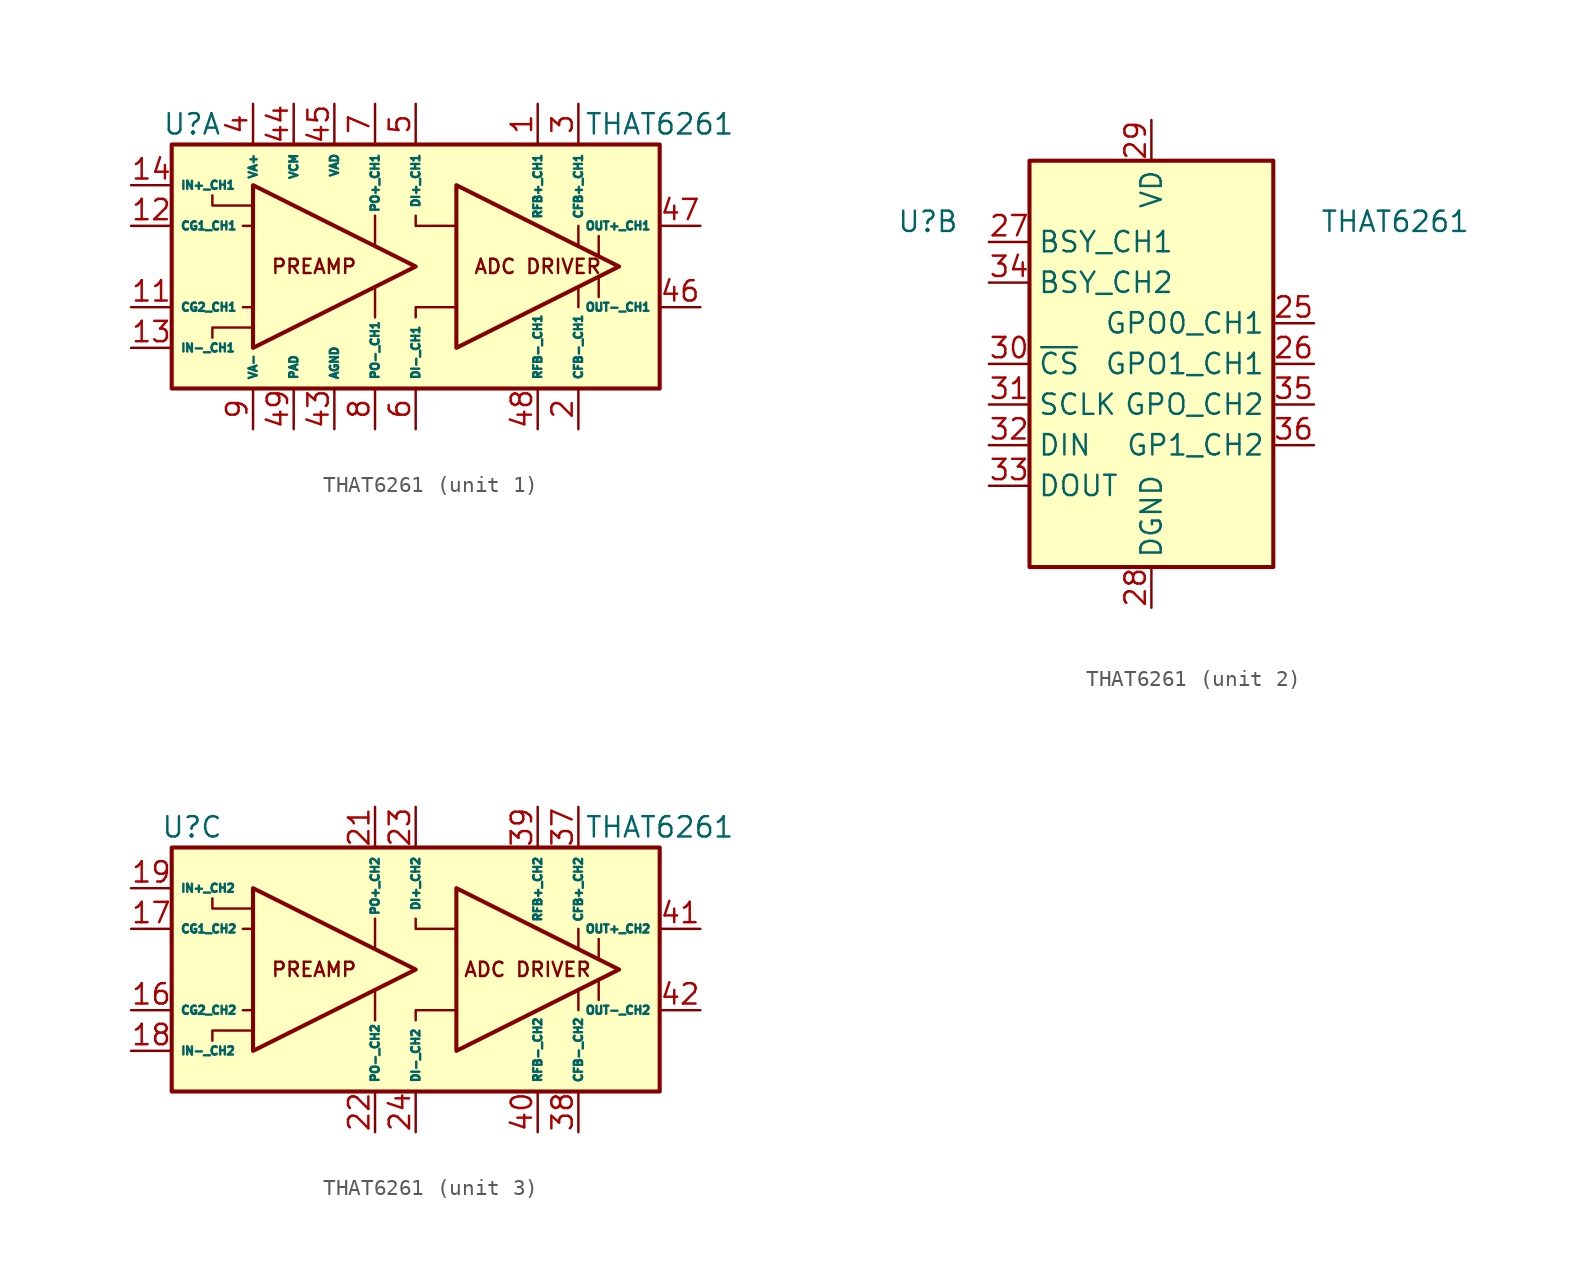
<source format=kicad_sym>
(kicad_symbol_lib
  (version 20231120)
  (generator "kicad_symbol_editor")
  (generator_version "8.0")
  (symbol "THAT6261"
    (property "Reference" "U"
      (at -13.97 8.89 0)
      (effects (font (size 1.27 1.27))))
    (property "Value" "THAT6261"
      (at 15.24 8.89 0)
      (effects (font (size 1.27 1.27))))
    (property "ki_locked" ""
      (at 0 0 0)
      (effects (font (size 1.27 1.27))))
    (symbol "THAT6261_1_0"
      (polyline (pts (xy -10.795 -2.54) (xy -10.16 -2.54)) (stroke (width 0) (type solid)) (fill (type none)))
      (polyline (pts (xy -10.795 2.54) (xy -10.16 2.54)) (stroke (width 0) (type solid)) (fill (type none)))
      (polyline (pts (xy -2.54 -3.175) (xy -2.54 -1.27)) (stroke (width 0) (type solid)) (fill (type none)))
      (polyline (pts (xy -2.54 3.175) (xy -2.54 1.27)) (stroke (width 0) (type solid)) (fill (type none)))
      (polyline (pts (xy 10.16 -1.27) (xy 10.16 -2.54)) (stroke (width 0) (type solid)) (fill (type none)))
      (polyline (pts (xy 10.16 2.54) (xy 10.16 1.27)) (stroke (width 0) (type solid)) (fill (type none)))
      (polyline (pts (xy 11.43 -1.905) (xy 11.43 -0.635)) (stroke (width 0) (type solid)) (fill (type none)))
      (polyline (pts (xy 11.43 0.635) (xy 11.43 1.905)) (stroke (width 0) (type solid)) (fill (type none)))
      (polyline (pts (xy -12.7 -4.445) (xy -12.7 -3.81) (xy -10.16 -3.81)) (stroke (width 0) (type solid)) (fill (type none)))
      (polyline (pts (xy 0 -3.175) (xy 0 -2.54) (xy 2.54 -2.54)) (stroke (width 0) (type solid)) (fill (type none)))
      (polyline (pts (xy 0 3.175) (xy 0 2.54) (xy 2.54 2.54)) (stroke (width 0) (type solid)) (fill (type none)))
      (polyline (pts (xy -12.7 4.445) (xy -12.7 3.81) (xy -10.795 3.81) (xy -10.16 3.81)) (stroke (width 0) (type solid)) (fill (type none)))
      (text "ADC DRIVER" (at 7.62 0 0) (effects (font (size 0.889 0.889))))
      (text "PREAMP" (at -6.35 0 0) (effects (font (size 0.889 0.889)))))
    (symbol "THAT6261_1_1"
      (rectangle (start -15.24 7.62) (end 15.24 -7.62) (stroke (width 0.254) (type solid)) (fill (type background)))
      (polyline (pts (xy 0 0) (xy -10.16 5.08) (xy -10.16 -5.08) (xy 0 0)) (stroke (width 0.254) (type solid)) (fill (type background)))
      (polyline (pts (xy 2.54 -5.08) (xy 2.54 5.08) (xy 12.7 0) (xy 2.54 -5.08)) (stroke (width 0.254) (type solid)) (fill (type background)))
      (pin passive line (at 7.62 10.16 270) (length 2.54) (name "RFB+_CH1" (effects (font (size 0.508 0.508)))) (number "1" (effects (font (size 1.27 1.27)))))
      (pin passive line (at -10.16 10.16 270) (length 2.54) hide (name "VA+" (effects (font (size 0.508 0.508)))) (number "10" (effects (font (size 1.27 1.27)))))
      (pin passive line (at -17.78 -2.54 0) (length 2.54) (name "CG2_CH1" (effects (font (size 0.508 0.508)))) (number "11" (effects (font (size 1.27 1.27)))))
      (pin passive line (at -17.78 2.54 0) (length 2.54) (name "CG1_CH1" (effects (font (size 0.508 0.508)))) (number "12" (effects (font (size 1.27 1.27)))))
      (pin input line (at -17.78 -5.08 0) (length 2.54) (name "IN-_CH1" (effects (font (size 0.508 0.508)))) (number "13" (effects (font (size 1.27 1.27)))))
      (pin input line (at -17.78 5.08 0) (length 2.54) (name "IN+_CH1" (effects (font (size 0.508 0.508)))) (number "14" (effects (font (size 1.27 1.27)))))
      (pin passive line (at -10.16 -10.16 90) (length 2.54) hide (name "VA-" (effects (font (size 0.508 0.508)))) (number "15" (effects (font (size 1.27 1.27)))))
      (pin passive line (at 10.16 -10.16 90) (length 2.54) (name "CFB-_CH1" (effects (font (size 0.508 0.508)))) (number "2" (effects (font (size 1.27 1.27)))))
      (pin passive line (at -10.16 -10.16 90) (length 2.54) hide (name "VA-" (effects (font (size 0.508 0.508)))) (number "20" (effects (font (size 1.27 1.27)))))
      (pin passive line (at 10.16 10.16 270) (length 2.54) (name "CFB+_CH1" (effects (font (size 0.508 0.508)))) (number "3" (effects (font (size 1.27 1.27)))))
      (pin power_in line (at -10.16 10.16 270) (length 2.54) (name "VA+" (effects (font (size 0.508 0.508)))) (number "4" (effects (font (size 1.27 1.27)))))
      (pin power_in line (at -5.08 -10.16 90) (length 2.54) (name "AGND" (effects (font (size 0.508 0.508)))) (number "43" (effects (font (size 1.27 1.27)))))
      (pin power_in line (at -7.62 10.16 270) (length 2.54) (name "VCM" (effects (font (size 0.508 0.508)))) (number "44" (effects (font (size 1.27 1.27)))))
      (pin power_in line (at -5.08 10.16 270) (length 2.54) (name "VAD" (effects (font (size 0.508 0.508)))) (number "45" (effects (font (size 1.27 1.27)))))
      (pin output line (at 17.78 -2.54 180) (length 2.54) (name "OUT-_CH1" (effects (font (size 0.508 0.508)))) (number "46" (effects (font (size 1.27 1.27)))))
      (pin output line (at 17.78 2.54 180) (length 2.54) (name "OUT+_CH1" (effects (font (size 0.508 0.508)))) (number "47" (effects (font (size 1.27 1.27)))))
      (pin passive line (at 7.62 -10.16 90) (length 2.54) (name "RFB-_CH1" (effects (font (size 0.508 0.508)))) (number "48" (effects (font (size 1.27 1.27)))))
      (pin passive line (at -7.62 -10.16 90) (length 2.54) (name "PAD" (effects (font (size 0.508 0.508)))) (number "49" (effects (font (size 1.27 1.27)))))
      (pin input line (at 0 10.16 270) (length 2.54) (name "DI+_CH1" (effects (font (size 0.508 0.508)))) (number "5" (effects (font (size 1.27 1.27)))))
      (pin input line (at 0 -10.16 90) (length 2.54) (name "DI-_CH1" (effects (font (size 0.508 0.508)))) (number "6" (effects (font (size 1.27 1.27)))))
      (pin output line (at -2.54 10.16 270) (length 2.54) (name "PO+_CH1" (effects (font (size 0.508 0.508)))) (number "7" (effects (font (size 1.27 1.27)))))
      (pin output line (at -2.54 -10.16 90) (length 2.54) (name "PO-_CH1" (effects (font (size 0.508 0.508)))) (number "8" (effects (font (size 1.27 1.27)))))
      (pin power_in line (at -10.16 -10.16 90) (length 2.54) (name "VA-" (effects (font (size 0.508 0.508)))) (number "9" (effects (font (size 1.27 1.27))))))
    (symbol "THAT6261_2_1"
      (rectangle (start -7.62 12.7) (end 7.62 -12.7) (stroke (width 0.254) (type solid)) (fill (type background)))
      (pin output line (at 10.16 2.54 180) (length 2.54) (name "GPO0_CH1" (effects (font (size 1.27 1.27)))) (number "25" (effects (font (size 1.27 1.27)))))
      (pin output line (at 10.16 0 180) (length 2.54) (name "GPO1_CH1" (effects (font (size 1.27 1.27)))) (number "26" (effects (font (size 1.27 1.27)))))
      (pin output line (at -10.16 7.62 0) (length 2.54) (name "BSY_CH1" (effects (font (size 1.27 1.27)))) (number "27" (effects (font (size 1.27 1.27)))))
      (pin power_in line (at 0 -15.24 90) (length 2.54) (name "DGND" (effects (font (size 1.27 1.27)))) (number "28" (effects (font (size 1.27 1.27)))))
      (pin power_in line (at 0 15.24 270) (length 2.54) (name "VD" (effects (font (size 1.27 1.27)))) (number "29" (effects (font (size 1.27 1.27)))))
      (pin input line (at -10.16 0 0) (length 2.54) (name "~{CS}" (effects (font (size 1.27 1.27)))) (number "30" (effects (font (size 1.27 1.27)))))
      (pin input line (at -10.16 -2.54 0) (length 2.54) (name "SCLK" (effects (font (size 1.27 1.27)))) (number "31" (effects (font (size 1.27 1.27)))))
      (pin input line (at -10.16 -5.08 0) (length 2.54) (name "DIN" (effects (font (size 1.27 1.27)))) (number "32" (effects (font (size 1.27 1.27)))))
      (pin tri_state line (at -10.16 -7.62 0) (length 2.54) (name "DOUT" (effects (font (size 1.27 1.27)))) (number "33" (effects (font (size 1.27 1.27)))))
      (pin output line (at -10.16 5.08 0) (length 2.54) (name "BSY_CH2" (effects (font (size 1.27 1.27)))) (number "34" (effects (font (size 1.27 1.27)))))
      (pin output line (at 10.16 -2.54 180) (length 2.54) (name "GPO_CH2" (effects (font (size 1.27 1.27)))) (number "35" (effects (font (size 1.27 1.27)))))
      (pin output line (at 10.16 -5.08 180) (length 2.54) (name "GP1_CH2" (effects (font (size 1.27 1.27)))) (number "36" (effects (font (size 1.27 1.27))))))
    (symbol "THAT6261_3_0"
      (polyline (pts (xy -10.795 2.54) (xy -10.16 2.54)) (stroke (width 0) (type solid)) (fill (type none)))
      (polyline (pts (xy -10.16 -2.54) (xy -10.795 -2.54)) (stroke (width 0) (type solid)) (fill (type none)))
      (polyline (pts (xy -2.54 -3.175) (xy -2.54 -1.27)) (stroke (width 0) (type solid)) (fill (type none)))
      (polyline (pts (xy -2.54 3.175) (xy -2.54 1.27)) (stroke (width 0) (type solid)) (fill (type none)))
      (polyline (pts (xy 10.16 -1.27) (xy 10.16 -2.54)) (stroke (width 0) (type solid)) (fill (type none)))
      (polyline (pts (xy 10.16 2.54) (xy 10.16 1.27)) (stroke (width 0) (type solid)) (fill (type none)))
      (polyline (pts (xy 11.43 -0.635) (xy 11.43 -1.905)) (stroke (width 0) (type solid)) (fill (type none)))
      (polyline (pts (xy 11.43 1.905) (xy 11.43 0.635)) (stroke (width 0) (type solid)) (fill (type none)))
      (polyline (pts (xy -12.7 -4.445) (xy -12.7 -3.81) (xy -10.16 -3.81)) (stroke (width 0) (type solid)) (fill (type none)))
      (polyline (pts (xy -12.7 4.445) (xy -12.7 3.81) (xy -10.16 3.81)) (stroke (width 0) (type solid)) (fill (type none)))
      (polyline (pts (xy 0 -3.175) (xy 0 -2.54) (xy 2.54 -2.54)) (stroke (width 0) (type solid)) (fill (type none)))
      (polyline (pts (xy 0 3.175) (xy 0 2.54) (xy 2.54 2.54)) (stroke (width 0) (type solid)) (fill (type none)))
      (text "ADC DRIVER" (at 6.985 0 0) (effects (font (size 0.889 0.889))))
      (text "PREAMP" (at -6.35 0 0) (effects (font (size 0.889 0.889)))))
    (symbol "THAT6261_3_1"
      (rectangle (start -15.24 7.62) (end 15.24 -7.62) (stroke (width 0.254) (type solid)) (fill (type background)))
      (polyline (pts (xy 0 0) (xy -10.16 5.08) (xy -10.16 -5.08) (xy 0 0)) (stroke (width 0.254) (type solid)) (fill (type background)))
      (polyline (pts (xy 2.54 -5.08) (xy 2.54 5.08) (xy 12.7 0) (xy 2.54 -5.08)) (stroke (width 0.254) (type solid)) (fill (type background)))
      (pin passive line (at -17.78 -2.54 0) (length 2.54) (name "CG2_CH2" (effects (font (size 0.508 0.508)))) (number "16" (effects (font (size 1.27 1.27)))))
      (pin passive line (at -17.78 2.54 0) (length 2.54) (name "CG1_CH2" (effects (font (size 0.508 0.508)))) (number "17" (effects (font (size 1.27 1.27)))))
      (pin input line (at -17.78 -5.08 0) (length 2.54) (name "IN-_CH2" (effects (font (size 0.508 0.508)))) (number "18" (effects (font (size 1.27 1.27)))))
      (pin input line (at -17.78 5.08 0) (length 2.54) (name "IN+_CH2" (effects (font (size 0.508 0.508)))) (number "19" (effects (font (size 1.27 1.27)))))
      (pin output line (at -2.54 10.16 270) (length 2.54) (name "PO+_CH2" (effects (font (size 0.508 0.508)))) (number "21" (effects (font (size 1.27 1.27)))))
      (pin output line (at -2.54 -10.16 90) (length 2.54) (name "PO-_CH2" (effects (font (size 0.508 0.508)))) (number "22" (effects (font (size 1.27 1.27)))))
      (pin input line (at 0 10.16 270) (length 2.54) (name "DI+_CH2" (effects (font (size 0.508 0.508)))) (number "23" (effects (font (size 1.27 1.27)))))
      (pin input line (at 0 -10.16 90) (length 2.54) (name "DI-_CH2" (effects (font (size 0.508 0.508)))) (number "24" (effects (font (size 1.27 1.27)))))
      (pin passive line (at 10.16 10.16 270) (length 2.54) (name "CFB+_CH2" (effects (font (size 0.508 0.508)))) (number "37" (effects (font (size 1.27 1.27)))))
      (pin passive line (at 10.16 -10.16 90) (length 2.54) (name "CFB-_CH2" (effects (font (size 0.508 0.508)))) (number "38" (effects (font (size 1.27 1.27)))))
      (pin passive line (at 7.62 10.16 270) (length 2.54) (name "RFB+_CH2" (effects (font (size 0.508 0.508)))) (number "39" (effects (font (size 1.27 1.27)))))
      (pin passive line (at 7.62 -10.16 90) (length 2.54) (name "RFB-_CH2" (effects (font (size 0.508 0.508)))) (number "40" (effects (font (size 1.27 1.27)))))
      (pin output line (at 17.78 2.54 180) (length 2.54) (name "OUT+_CH2" (effects (font (size 0.508 0.508)))) (number "41" (effects (font (size 1.27 1.27)))))
      (pin output line (at 17.78 -2.54 180) (length 2.54) (name "OUT-_CH2" (effects (font (size 0.508 0.508)))) (number "42" (effects (font (size 1.27 1.27))))))))
</source>
